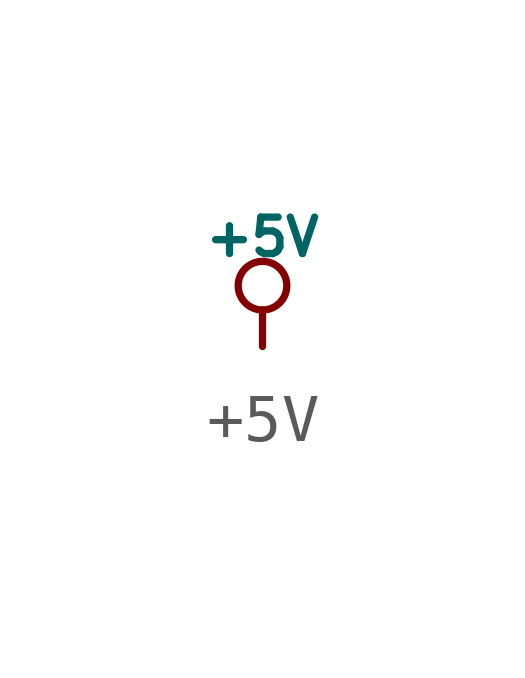
<source format=kicad_sym>
(kicad_symbol_lib
  (version 20211014)
  (generator kicad_symbol_editor)
  (symbol "+5V"
    (power)
    (pin_names
      (offset 1.016))
    (property "Reference" "#PWR"
      (at 0 2.286 0)
      (effects (font (size 0.508 0.508)) hide))
    (property "Value" "+5V"
      (at 0 2.286 0)
      (effects (font (size 0.762 0.762))))
    (property "Footprint" ""
      (at 0 0 0)
      (effects (font (size 1.524 1.524))))
    (property "Datasheet" ""
      (at 0 0 0)
      (effects (font (size 1.524 1.524))))
    (symbol "+5V_0_0"
      (pin power_in line (at 0 0 90) (length 0) hide (name "+5V" (effects (font (size 0.508 0.508)))) (number "1" (effects (font (size 0.508 0.508))))))
    (symbol "+5V_0_1"
      (polyline (pts (xy 0 0) (xy 0 0.762) (xy 0 0.762) (xy 0 0.762)) (stroke (width 0) (type default) (color 0 0 0 0)) (fill (type none)))
      (circle (center 0 1.27) (radius 0.508) (stroke (width 0) (type default) (color 0 0 0 0)) (fill (type none))))))
</source>
